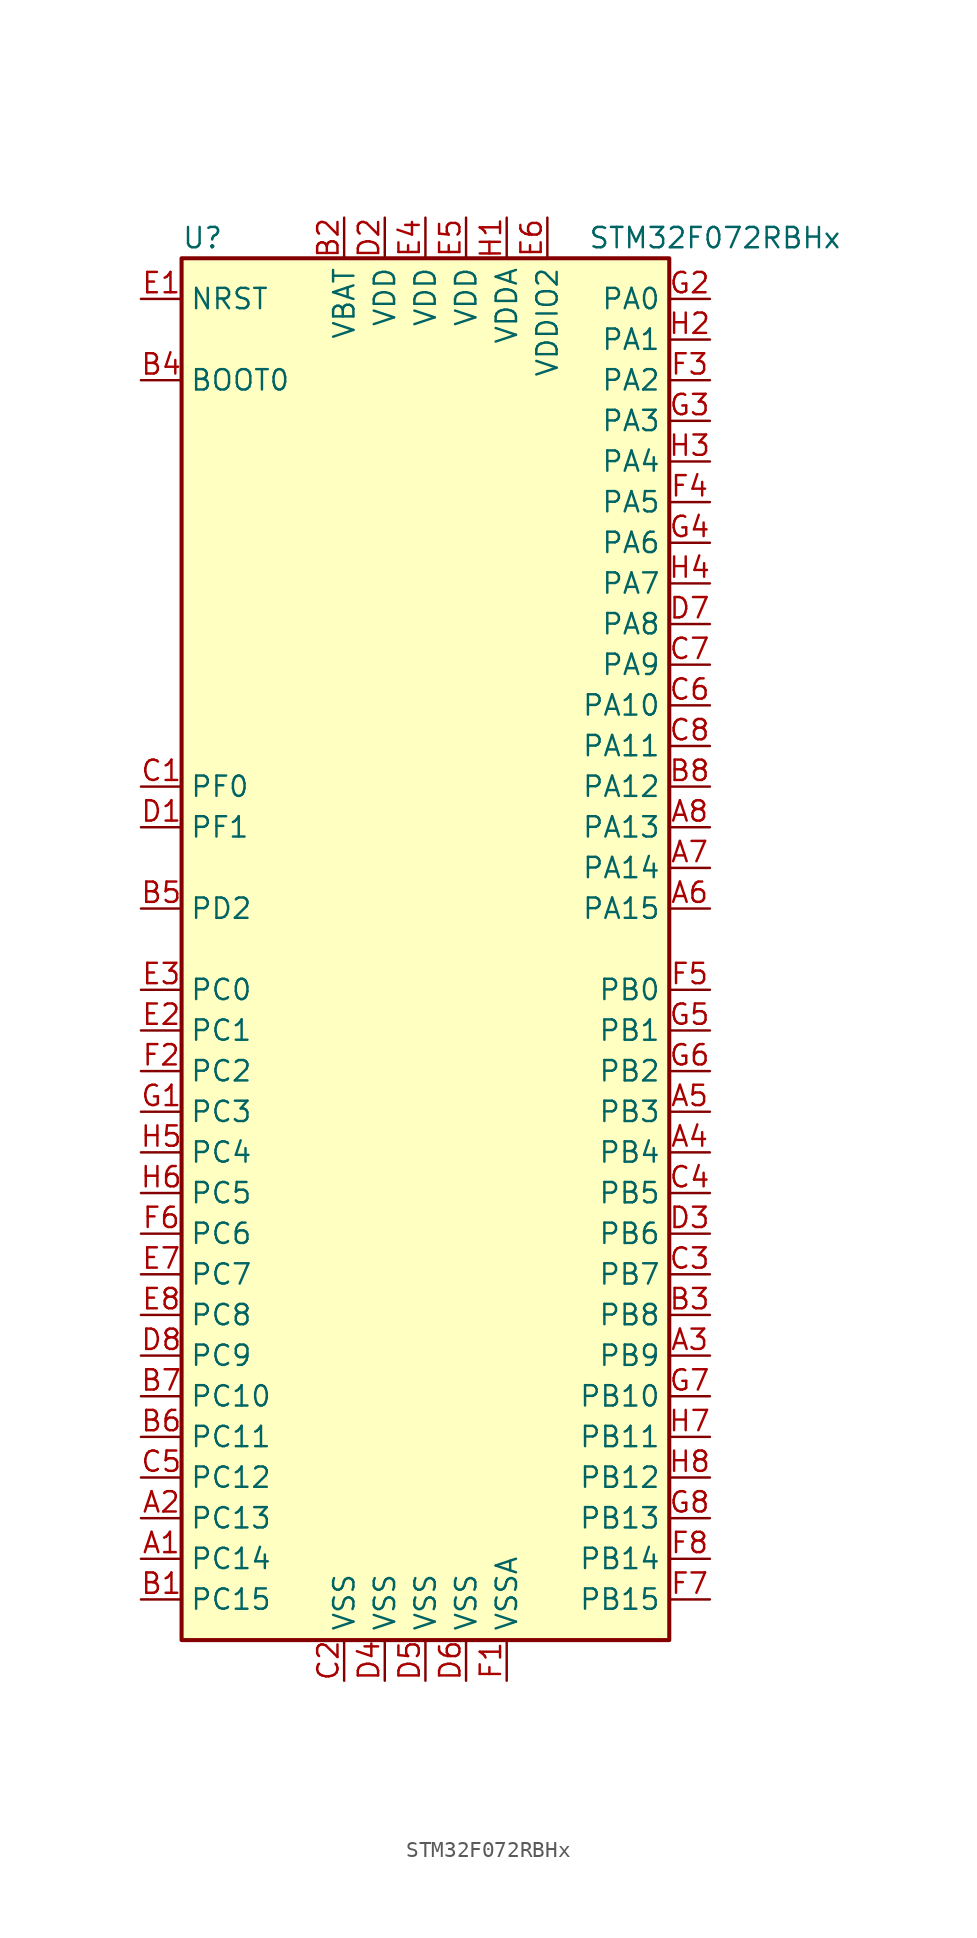
<source format=kicad_sym>
(kicad_symbol_lib
  (version 20201005)
  (generator kicad_symbol_editor)
  (symbol "STM32F072RBHx"
    (property "Reference" "U"
      (at -15.24 44.45 0)
      (effects (font (size 1.27 1.27)) (justify left)))
    (property "Value" "STM32F072RBHx"
      (at 10.16 44.45 0)
      (effects (font (size 1.27 1.27)) (justify left)))
    (symbol "STM32F072RBHx_0_1"
      (rectangle (start -15.24 -43.18) (end 15.24 43.18) (stroke (width 0.254)) (fill (type background))))
    (symbol "STM32F072RBHx_1_1"
      (pin input line (at -17.78 35.56 0) (length 2.54) (name "BOOT0" (effects (font (size 1.27 1.27)))) (number "B4" (effects (font (size 1.27 1.27)))))
      (pin input line (at -17.78 40.64 0) (length 2.54) (name "NRST" (effects (font (size 1.27 1.27)))) (number "E1" (effects (font (size 1.27 1.27)))))
      (pin bidirectional line (at 17.78 40.64 180) (length 2.54) (name "PA0" (effects (font (size 1.27 1.27)))) (number "G2" (effects (font (size 1.27 1.27)))))
      (pin bidirectional line (at 17.78 38.1 180) (length 2.54) (name "PA1" (effects (font (size 1.27 1.27)))) (number "H2" (effects (font (size 1.27 1.27)))))
      (pin bidirectional line (at 17.78 15.24 180) (length 2.54) (name "PA10" (effects (font (size 1.27 1.27)))) (number "C6" (effects (font (size 1.27 1.27)))))
      (pin bidirectional line (at 17.78 12.7 180) (length 2.54) (name "PA11" (effects (font (size 1.27 1.27)))) (number "C8" (effects (font (size 1.27 1.27)))))
      (pin bidirectional line (at 17.78 10.16 180) (length 2.54) (name "PA12" (effects (font (size 1.27 1.27)))) (number "B8" (effects (font (size 1.27 1.27)))))
      (pin bidirectional line (at 17.78 7.62 180) (length 2.54) (name "PA13" (effects (font (size 1.27 1.27)))) (number "A8" (effects (font (size 1.27 1.27)))))
      (pin bidirectional line (at 17.78 5.08 180) (length 2.54) (name "PA14" (effects (font (size 1.27 1.27)))) (number "A7" (effects (font (size 1.27 1.27)))))
      (pin bidirectional line (at 17.78 2.54 180) (length 2.54) (name "PA15" (effects (font (size 1.27 1.27)))) (number "A6" (effects (font (size 1.27 1.27)))))
      (pin bidirectional line (at 17.78 35.56 180) (length 2.54) (name "PA2" (effects (font (size 1.27 1.27)))) (number "F3" (effects (font (size 1.27 1.27)))))
      (pin bidirectional line (at 17.78 33.02 180) (length 2.54) (name "PA3" (effects (font (size 1.27 1.27)))) (number "G3" (effects (font (size 1.27 1.27)))))
      (pin bidirectional line (at 17.78 30.48 180) (length 2.54) (name "PA4" (effects (font (size 1.27 1.27)))) (number "H3" (effects (font (size 1.27 1.27)))))
      (pin bidirectional line (at 17.78 27.94 180) (length 2.54) (name "PA5" (effects (font (size 1.27 1.27)))) (number "F4" (effects (font (size 1.27 1.27)))))
      (pin bidirectional line (at 17.78 25.4 180) (length 2.54) (name "PA6" (effects (font (size 1.27 1.27)))) (number "G4" (effects (font (size 1.27 1.27)))))
      (pin bidirectional line (at 17.78 22.86 180) (length 2.54) (name "PA7" (effects (font (size 1.27 1.27)))) (number "H4" (effects (font (size 1.27 1.27)))))
      (pin bidirectional line (at 17.78 20.32 180) (length 2.54) (name "PA8" (effects (font (size 1.27 1.27)))) (number "D7" (effects (font (size 1.27 1.27)))))
      (pin bidirectional line (at 17.78 17.78 180) (length 2.54) (name "PA9" (effects (font (size 1.27 1.27)))) (number "C7" (effects (font (size 1.27 1.27)))))
      (pin bidirectional line (at 17.78 -2.54 180) (length 2.54) (name "PB0" (effects (font (size 1.27 1.27)))) (number "F5" (effects (font (size 1.27 1.27)))))
      (pin bidirectional line (at 17.78 -5.08 180) (length 2.54) (name "PB1" (effects (font (size 1.27 1.27)))) (number "G5" (effects (font (size 1.27 1.27)))))
      (pin bidirectional line (at 17.78 -27.94 180) (length 2.54) (name "PB10" (effects (font (size 1.27 1.27)))) (number "G7" (effects (font (size 1.27 1.27)))))
      (pin bidirectional line (at 17.78 -30.48 180) (length 2.54) (name "PB11" (effects (font (size 1.27 1.27)))) (number "H7" (effects (font (size 1.27 1.27)))))
      (pin bidirectional line (at 17.78 -33.02 180) (length 2.54) (name "PB12" (effects (font (size 1.27 1.27)))) (number "H8" (effects (font (size 1.27 1.27)))))
      (pin bidirectional line (at 17.78 -35.56 180) (length 2.54) (name "PB13" (effects (font (size 1.27 1.27)))) (number "G8" (effects (font (size 1.27 1.27)))))
      (pin bidirectional line (at 17.78 -38.1 180) (length 2.54) (name "PB14" (effects (font (size 1.27 1.27)))) (number "F8" (effects (font (size 1.27 1.27)))))
      (pin bidirectional line (at 17.78 -40.64 180) (length 2.54) (name "PB15" (effects (font (size 1.27 1.27)))) (number "F7" (effects (font (size 1.27 1.27)))))
      (pin bidirectional line (at 17.78 -7.62 180) (length 2.54) (name "PB2" (effects (font (size 1.27 1.27)))) (number "G6" (effects (font (size 1.27 1.27)))))
      (pin bidirectional line (at 17.78 -10.16 180) (length 2.54) (name "PB3" (effects (font (size 1.27 1.27)))) (number "A5" (effects (font (size 1.27 1.27)))))
      (pin bidirectional line (at 17.78 -12.7 180) (length 2.54) (name "PB4" (effects (font (size 1.27 1.27)))) (number "A4" (effects (font (size 1.27 1.27)))))
      (pin bidirectional line (at 17.78 -15.24 180) (length 2.54) (name "PB5" (effects (font (size 1.27 1.27)))) (number "C4" (effects (font (size 1.27 1.27)))))
      (pin bidirectional line (at 17.78 -17.78 180) (length 2.54) (name "PB6" (effects (font (size 1.27 1.27)))) (number "D3" (effects (font (size 1.27 1.27)))))
      (pin bidirectional line (at 17.78 -20.32 180) (length 2.54) (name "PB7" (effects (font (size 1.27 1.27)))) (number "C3" (effects (font (size 1.27 1.27)))))
      (pin bidirectional line (at 17.78 -22.86 180) (length 2.54) (name "PB8" (effects (font (size 1.27 1.27)))) (number "B3" (effects (font (size 1.27 1.27)))))
      (pin bidirectional line (at 17.78 -25.4 180) (length 2.54) (name "PB9" (effects (font (size 1.27 1.27)))) (number "A3" (effects (font (size 1.27 1.27)))))
      (pin bidirectional line (at -17.78 -2.54 0) (length 2.54) (name "PC0" (effects (font (size 1.27 1.27)))) (number "E3" (effects (font (size 1.27 1.27)))))
      (pin bidirectional line (at -17.78 -5.08 0) (length 2.54) (name "PC1" (effects (font (size 1.27 1.27)))) (number "E2" (effects (font (size 1.27 1.27)))))
      (pin bidirectional line (at -17.78 -27.94 0) (length 2.54) (name "PC10" (effects (font (size 1.27 1.27)))) (number "B7" (effects (font (size 1.27 1.27)))))
      (pin bidirectional line (at -17.78 -30.48 0) (length 2.54) (name "PC11" (effects (font (size 1.27 1.27)))) (number "B6" (effects (font (size 1.27 1.27)))))
      (pin bidirectional line (at -17.78 -33.02 0) (length 2.54) (name "PC12" (effects (font (size 1.27 1.27)))) (number "C5" (effects (font (size 1.27 1.27)))))
      (pin bidirectional line (at -17.78 -35.56 0) (length 2.54) (name "PC13" (effects (font (size 1.27 1.27)))) (number "A2" (effects (font (size 1.27 1.27)))))
      (pin bidirectional line (at -17.78 -38.1 0) (length 2.54) (name "PC14" (effects (font (size 1.27 1.27)))) (number "A1" (effects (font (size 1.27 1.27)))))
      (pin bidirectional line (at -17.78 -40.64 0) (length 2.54) (name "PC15" (effects (font (size 1.27 1.27)))) (number "B1" (effects (font (size 1.27 1.27)))))
      (pin bidirectional line (at -17.78 -7.62 0) (length 2.54) (name "PC2" (effects (font (size 1.27 1.27)))) (number "F2" (effects (font (size 1.27 1.27)))))
      (pin bidirectional line (at -17.78 -10.16 0) (length 2.54) (name "PC3" (effects (font (size 1.27 1.27)))) (number "G1" (effects (font (size 1.27 1.27)))))
      (pin bidirectional line (at -17.78 -12.7 0) (length 2.54) (name "PC4" (effects (font (size 1.27 1.27)))) (number "H5" (effects (font (size 1.27 1.27)))))
      (pin bidirectional line (at -17.78 -15.24 0) (length 2.54) (name "PC5" (effects (font (size 1.27 1.27)))) (number "H6" (effects (font (size 1.27 1.27)))))
      (pin bidirectional line (at -17.78 -17.78 0) (length 2.54) (name "PC6" (effects (font (size 1.27 1.27)))) (number "F6" (effects (font (size 1.27 1.27)))))
      (pin bidirectional line (at -17.78 -20.32 0) (length 2.54) (name "PC7" (effects (font (size 1.27 1.27)))) (number "E7" (effects (font (size 1.27 1.27)))))
      (pin bidirectional line (at -17.78 -22.86 0) (length 2.54) (name "PC8" (effects (font (size 1.27 1.27)))) (number "E8" (effects (font (size 1.27 1.27)))))
      (pin bidirectional line (at -17.78 -25.4 0) (length 2.54) (name "PC9" (effects (font (size 1.27 1.27)))) (number "D8" (effects (font (size 1.27 1.27)))))
      (pin bidirectional line (at -17.78 2.54 0) (length 2.54) (name "PD2" (effects (font (size 1.27 1.27)))) (number "B5" (effects (font (size 1.27 1.27)))))
      (pin input line (at -17.78 10.16 0) (length 2.54) (name "PF0" (effects (font (size 1.27 1.27)))) (number "C1" (effects (font (size 1.27 1.27)))))
      (pin input line (at -17.78 7.62 0) (length 2.54) (name "PF1" (effects (font (size 1.27 1.27)))) (number "D1" (effects (font (size 1.27 1.27)))))
      (pin power_in line (at -5.08 45.72 270) (length 2.54) (name "VBAT" (effects (font (size 1.27 1.27)))) (number "B2" (effects (font (size 1.27 1.27)))))
      (pin power_in line (at -2.54 45.72 270) (length 2.54) (name "VDD" (effects (font (size 1.27 1.27)))) (number "D2" (effects (font (size 1.27 1.27)))))
      (pin power_in line (at 0 45.72 270) (length 2.54) (name "VDD" (effects (font (size 1.27 1.27)))) (number "E4" (effects (font (size 1.27 1.27)))))
      (pin power_in line (at 2.54 45.72 270) (length 2.54) (name "VDD" (effects (font (size 1.27 1.27)))) (number "E5" (effects (font (size 1.27 1.27)))))
      (pin power_in line (at 5.08 45.72 270) (length 2.54) (name "VDDA" (effects (font (size 1.27 1.27)))) (number "H1" (effects (font (size 1.27 1.27)))))
      (pin power_in line (at 7.62 45.72 270) (length 2.54) (name "VDDIO2" (effects (font (size 1.27 1.27)))) (number "E6" (effects (font (size 1.27 1.27)))))
      (pin power_in line (at -5.08 -45.72 90) (length 2.54) (name "VSS" (effects (font (size 1.27 1.27)))) (number "C2" (effects (font (size 1.27 1.27)))))
      (pin power_in line (at -2.54 -45.72 90) (length 2.54) (name "VSS" (effects (font (size 1.27 1.27)))) (number "D4" (effects (font (size 1.27 1.27)))))
      (pin power_in line (at 0 -45.72 90) (length 2.54) (name "VSS" (effects (font (size 1.27 1.27)))) (number "D5" (effects (font (size 1.27 1.27)))))
      (pin power_in line (at 2.54 -45.72 90) (length 2.54) (name "VSS" (effects (font (size 1.27 1.27)))) (number "D6" (effects (font (size 1.27 1.27)))))
      (pin power_in line (at 5.08 -45.72 90) (length 2.54) (name "VSSA" (effects (font (size 1.27 1.27)))) (number "F1" (effects (font (size 1.27 1.27))))))))
</source>
